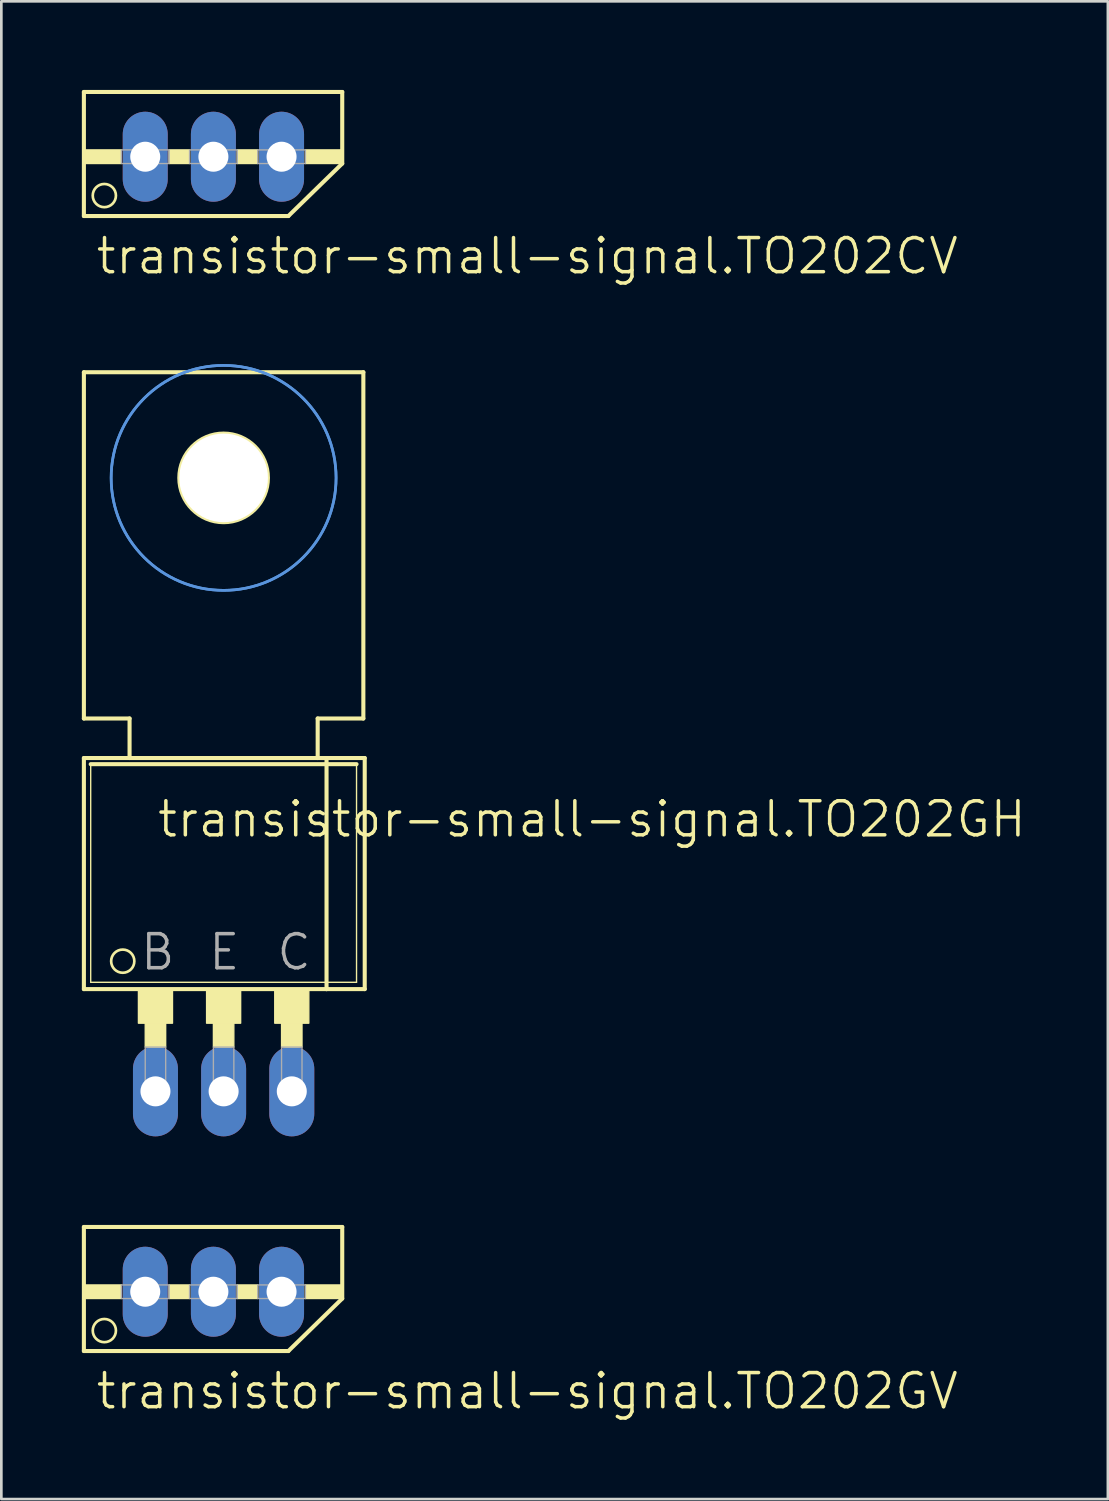
<source format=kicad_pcb>
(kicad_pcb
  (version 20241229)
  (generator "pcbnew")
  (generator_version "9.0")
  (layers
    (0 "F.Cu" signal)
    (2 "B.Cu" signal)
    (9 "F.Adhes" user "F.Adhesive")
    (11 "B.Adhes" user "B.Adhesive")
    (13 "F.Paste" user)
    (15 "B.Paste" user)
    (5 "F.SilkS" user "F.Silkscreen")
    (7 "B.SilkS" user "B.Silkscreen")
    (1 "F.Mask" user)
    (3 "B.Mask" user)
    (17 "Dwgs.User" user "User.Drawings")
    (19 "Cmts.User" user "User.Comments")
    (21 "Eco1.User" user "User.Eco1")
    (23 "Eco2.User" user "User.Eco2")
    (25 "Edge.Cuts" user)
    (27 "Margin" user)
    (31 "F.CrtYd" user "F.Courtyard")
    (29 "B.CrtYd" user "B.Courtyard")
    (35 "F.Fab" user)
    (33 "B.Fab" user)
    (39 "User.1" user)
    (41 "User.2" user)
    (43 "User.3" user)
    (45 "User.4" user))
  (footprint "transistor-small-signal.TO202CV"
    (layer "F.Cu")
    (at 4.902 0.25)
    (property "Reference" "transistor-small-signal.TO202CV" (at -4.445 6.985 0) (layer "F.SilkS") (effects (font (size 1.27 1.27) (thickness 0.13)) (justify left bottom)))
    (attr through_hole)
    (fp_line (start -4.826 0.127) (end 4.801 0.127) (stroke (width 0.152) (type default)) (layer "F.SilkS"))
    (fp_line (start -4.826 4.75) (end -4.826 0.127) (stroke (width 0.152) (type default)) (layer "F.SilkS"))
    (fp_line (start -4.826 4.75) (end 2.794 4.75) (stroke (width 0.152) (type default)) (layer "F.SilkS"))
    (fp_line (start 2.794 4.75) (end 4.801 2.794) (stroke (width 0.152) (type default)) (layer "F.SilkS"))
    (fp_line (start 4.801 0.127) (end 4.801 2.794) (stroke (width 0.152) (type default)) (layer "F.SilkS"))
    (fp_rect (start -4.826 2.794) (end -3.429 2.286) (stroke (width 0.05) (type default)) (fill yes) (layer "F.SilkS"))
    (fp_rect (start -1.651 2.794) (end -0.889 2.286) (stroke (width 0.05) (type default)) (fill yes) (layer "F.SilkS"))
    (fp_rect (start 0.889 2.794) (end 1.651 2.286) (stroke (width 0.05) (type default)) (fill yes) (layer "F.SilkS"))
    (fp_rect (start 3.429 2.794) (end 4.826 2.286) (stroke (width 0.05) (type default)) (fill yes) (layer "F.SilkS"))
    (fp_circle (center -4.064 3.988) (end -3.632 3.988) (stroke (width 0.1) (type default)) (fill no) (layer "F.SilkS"))
    (fp_rect (start -3.429 2.794) (end -1.651 2.286) (stroke (width 0.05) (type default)) (fill no) (layer "F.Fab"))
    (fp_rect (start -0.889 2.794) (end 0.889 2.286) (stroke (width 0.05) (type default)) (fill no) (layer "F.Fab"))
    (fp_rect (start 1.651 2.794) (end 3.429 2.286) (stroke (width 0.05) (type default)) (fill no) (layer "F.Fab"))
    (pad "B" thru_hole oval (at 0 2.54 90) (size 3.353 1.676) (drill 1.118) (layers "*.Cu" "*.Mask"))
    (pad "C" thru_hole oval (at -2.54 2.54 90) (size 3.353 1.676) (drill 1.118) (layers "*.Cu" "*.Mask"))
    (pad "E" thru_hole oval (at 2.54 2.54 90) (size 3.353 1.676) (drill 1.118) (layers "*.Cu" "*.Mask")))
  (footprint "transistor-small-signal.TO202GH"
    (layer "F.Cu")
    (at 5.283 32.538)
    (property "Reference" "transistor-small-signal.TO202GH" (at -2.54 -4.318 0) (layer "F.SilkS") (effects (font (size 1.27 1.27) (thickness 0.13)) (justify left bottom)))
    (attr through_hole)
    (fp_line (start -5.207 -21.717) (end -5.207 -8.814) (stroke (width 0.152) (type default)) (layer "F.SilkS"))
    (fp_line (start -5.207 -7.341) (end -3.505 -7.341) (stroke (width 0.152) (type default)) (layer "F.SilkS"))
    (fp_line (start -5.207 1.27) (end -5.207 -7.341) (stroke (width 0.152) (type default)) (layer "F.SilkS"))
    (fp_line (start -5.207 1.27) (end 3.835 1.27) (stroke (width 0.152) (type default)) (layer "F.SilkS"))
    (fp_line (start -4.953 1.016) (end -4.953 -7.112) (stroke (width 0.051) (type default)) (layer "F.SilkS"))
    (fp_line (start -4.953 1.016) (end 4.953 1.016) (stroke (width 0.051) (type default)) (layer "F.SilkS"))
    (fp_line (start -3.505 -8.814) (end -5.207 -8.814) (stroke (width 0.152) (type default)) (layer "F.SilkS"))
    (fp_line (start -3.505 -7.341) (end -3.505 -8.814) (stroke (width 0.152) (type default)) (layer "F.SilkS"))
    (fp_line (start -3.505 -7.341) (end 3.505 -7.341) (stroke (width 0.152) (type default)) (layer "F.SilkS"))
    (fp_line (start 3.505 -8.814) (end 3.505 -7.341) (stroke (width 0.152) (type default)) (layer "F.SilkS"))
    (fp_line (start 3.505 -7.341) (end 3.835 -7.341) (stroke (width 0.152) (type default)) (layer "F.SilkS"))
    (fp_line (start 3.835 -7.341) (end 5.258 -7.341) (stroke (width 0.152) (type default)) (layer "F.SilkS"))
    (fp_line (start 3.835 1.27) (end 3.835 -7.341) (stroke (width 0.152) (type default)) (layer "F.SilkS"))
    (fp_line (start 3.835 1.27) (end 5.258 1.27) (stroke (width 0.152) (type default)) (layer "F.SilkS"))
    (fp_line (start 4.953 -7.112) (end -4.953 -7.112) (stroke (width 0.152) (type default)) (layer "F.SilkS"))
    (fp_line (start 4.953 -7.112) (end 4.953 1.016) (stroke (width 0.051) (type default)) (layer "F.SilkS"))
    (fp_line (start 5.207 -21.717) (end -5.207 -21.717) (stroke (width 0.152) (type default)) (layer "F.SilkS"))
    (fp_line (start 5.207 -21.717) (end 5.207 -8.814) (stroke (width 0.152) (type default)) (layer "F.SilkS"))
    (fp_line (start 5.207 -8.814) (end 3.505 -8.814) (stroke (width 0.152) (type default)) (layer "F.SilkS"))
    (fp_line (start 5.258 1.27) (end 5.258 -7.341) (stroke (width 0.152) (type default)) (layer "F.SilkS"))
    (fp_rect (start -3.175 2.54) (end -1.905 1.27) (stroke (width 0.05) (type default)) (fill yes) (layer "F.SilkS"))
    (fp_rect (start -2.921 3.429) (end -2.159 2.54) (stroke (width 0.05) (type default)) (fill yes) (layer "F.SilkS"))
    (fp_rect (start -0.635 2.54) (end 0.635 1.27) (stroke (width 0.05) (type default)) (fill yes) (layer "F.SilkS"))
    (fp_rect (start -0.381 3.429) (end 0.381 2.54) (stroke (width 0.05) (type default)) (fill yes) (layer "F.SilkS"))
    (fp_rect (start 1.905 2.54) (end 3.175 1.27) (stroke (width 0.05) (type default)) (fill yes) (layer "F.SilkS"))
    (fp_rect (start 2.159 3.429) (end 2.921 2.54) (stroke (width 0.05) (type default)) (fill yes) (layer "F.SilkS"))
    (fp_circle (center -3.759 0.229) (end -3.327 0.229) (stroke (width 0.1) (type default)) (fill no) (layer "F.SilkS"))
    (fp_circle (center 0 -17.78) (end 1.651 -17.78) (stroke (width 0.152) (type default)) (fill no) (layer "F.SilkS"))
    (fp_circle (center 0 -17.78) (end 4.191 -17.78) (stroke (width 0.1) (type default)) (fill no) (layer "Cmts.User"))
    (fp_circle (center 0 -17.78) (end 4.191 -17.78) (stroke (width 0.1) (type default)) (fill no) (layer "Cmts.User"))
    (fp_rect (start -2.921 5.08) (end -2.159 3.429) (stroke (width 0.05) (type default)) (fill no) (layer "F.Fab"))
    (fp_rect (start -0.381 5.08) (end 0.381 3.429) (stroke (width 0.05) (type default)) (fill no) (layer "F.Fab"))
    (fp_rect (start 2.159 5.08) (end 2.921 3.429) (stroke (width 0.05) (type default)) (fill no) (layer "F.Fab"))
    (fp_text user "E" (at -0.635 0.635 0) (layer "F.Fab") (effects (font (size 1.27 1.27) (thickness 0.13)) (justify left bottom)))
    (fp_text user "B" (at -3.175 0.635 0) (layer "F.Fab") (effects (font (size 1.27 1.27) (thickness 0.13)) (justify left bottom)))
    (fp_text user "C" (at 1.905 0.635 0) (layer "F.Fab") (effects (font (size 1.27 1.27) (thickness 0.13)) (justify left bottom)))
    (pad "" np_thru_hole circle (at 0 -17.78) (size 3.302 3.302) (drill 3.302) (layers "*.Cu" "*.Mask"))
    (pad "B" thru_hole oval (at -2.54 5.08 90) (size 3.353 1.676) (drill 1.118) (layers "*.Cu" "*.Mask"))
    (pad "C" thru_hole oval (at 2.54 5.08 90) (size 3.353 1.676) (drill 1.118) (layers "*.Cu" "*.Mask"))
    (pad "E" thru_hole oval (at 0 5.08 90) (size 3.353 1.676) (drill 1.118) (layers "*.Cu" "*.Mask")))
  (footprint "transistor-small-signal.TO202GV"
    (layer "F.Cu")
    (at 4.902 42.545)
    (property "Reference" "transistor-small-signal.TO202GV" (at -4.445 6.985 0) (layer "F.SilkS") (effects (font (size 1.27 1.27) (thickness 0.13)) (justify left bottom)))
    (attr through_hole)
    (fp_line (start -4.826 0.127) (end 4.801 0.127) (stroke (width 0.152) (type default)) (layer "F.SilkS"))
    (fp_line (start -4.826 4.75) (end -4.826 0.127) (stroke (width 0.152) (type default)) (layer "F.SilkS"))
    (fp_line (start -4.826 4.75) (end 2.794 4.75) (stroke (width 0.152) (type default)) (layer "F.SilkS"))
    (fp_line (start 2.794 4.75) (end 4.801 2.794) (stroke (width 0.152) (type default)) (layer "F.SilkS"))
    (fp_line (start 4.801 0.127) (end 4.801 2.794) (stroke (width 0.152) (type default)) (layer "F.SilkS"))
    (fp_rect (start -4.826 2.794) (end -3.429 2.286) (stroke (width 0.05) (type default)) (fill yes) (layer "F.SilkS"))
    (fp_rect (start -1.651 2.794) (end -0.889 2.286) (stroke (width 0.05) (type default)) (fill yes) (layer "F.SilkS"))
    (fp_rect (start 0.889 2.794) (end 1.651 2.286) (stroke (width 0.05) (type default)) (fill yes) (layer "F.SilkS"))
    (fp_rect (start 3.429 2.794) (end 4.826 2.286) (stroke (width 0.05) (type default)) (fill yes) (layer "F.SilkS"))
    (fp_circle (center -4.064 3.988) (end -3.632 3.988) (stroke (width 0.1) (type default)) (fill no) (layer "F.SilkS"))
    (fp_rect (start -3.429 2.794) (end -1.651 2.286) (stroke (width 0.05) (type default)) (fill no) (layer "F.Fab"))
    (fp_rect (start -0.889 2.794) (end 0.889 2.286) (stroke (width 0.05) (type default)) (fill no) (layer "F.Fab"))
    (fp_rect (start 1.651 2.794) (end 3.429 2.286) (stroke (width 0.05) (type default)) (fill no) (layer "F.Fab"))
    (pad "B" thru_hole oval (at -2.54 2.54 90) (size 3.353 1.676) (drill 1.118) (layers "*.Cu" "*.Mask"))
    (pad "C" thru_hole oval (at 2.54 2.54 90) (size 3.353 1.676) (drill 1.118) (layers "*.Cu" "*.Mask"))
    (pad "E" thru_hole oval (at 0 2.54 90) (size 3.353 1.676) (drill 1.118) (layers "*.Cu" "*.Mask")))
  (gr_rect
    (start -3 -3)
    (end 38.234 52.812)
    (stroke (width 0.1) (type default))
    (fill no)
    (layer "Edge.Cuts")))
</source>
